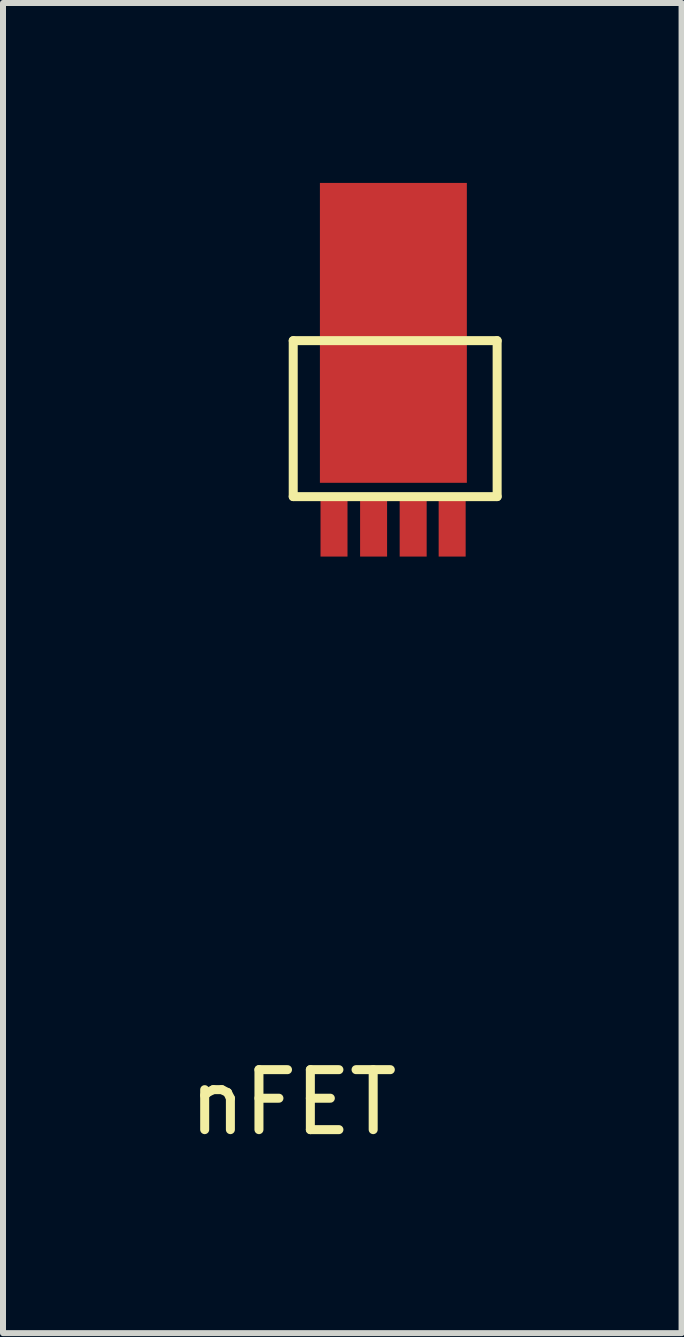
<source format=kicad_pcb>
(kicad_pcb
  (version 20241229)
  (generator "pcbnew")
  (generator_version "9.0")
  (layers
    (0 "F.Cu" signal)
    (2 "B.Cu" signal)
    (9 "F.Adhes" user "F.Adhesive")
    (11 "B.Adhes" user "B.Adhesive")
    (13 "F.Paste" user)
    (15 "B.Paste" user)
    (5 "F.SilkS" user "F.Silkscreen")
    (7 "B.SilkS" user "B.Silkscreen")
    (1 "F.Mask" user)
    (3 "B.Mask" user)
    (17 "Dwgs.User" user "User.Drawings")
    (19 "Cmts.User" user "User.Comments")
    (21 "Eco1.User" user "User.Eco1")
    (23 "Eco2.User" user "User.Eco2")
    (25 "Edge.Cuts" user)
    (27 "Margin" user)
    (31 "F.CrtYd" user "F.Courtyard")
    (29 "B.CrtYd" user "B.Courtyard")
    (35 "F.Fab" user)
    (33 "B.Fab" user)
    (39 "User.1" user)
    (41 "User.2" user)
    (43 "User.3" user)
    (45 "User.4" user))
  (footprint "nFET"
    (layer "F.Cu")
    (at 1.839 2.63)
    (property "Reference" "nFET" (at 0 12.7 0) (layer "F.SilkS") (effects (font (size 1 1) (thickness 0.15))))
    (attr through_hole)
    (fp_line (start 0 0) (end 3.4 0) (stroke (width 0.15) (type solid)) (layer "F.SilkS"))
    (fp_line (start 0 2.6) (end 0 0) (stroke (width 0.15) (type solid)) (layer "F.SilkS"))
    (fp_line (start 3.4 0) (end 3.4 2.6) (stroke (width 0.15) (type solid)) (layer "F.SilkS"))
    (fp_line (start 3.4 2.6) (end 0 2.6) (stroke (width 0.15) (type solid)) (layer "F.SilkS"))
    (pad "1" smd rect (at 0.68 3.1) (size 0.45 1) (layers "F.Cu" "F.Mask" "F.Paste"))
    (pad "2" smd rect (at 1.34 3.1) (size 0.45 1) (layers "F.Cu" "F.Mask" "F.Paste"))
    (pad "3" smd rect (at 2 3.1) (size 0.45 1) (layers "F.Cu" "F.Mask" "F.Paste"))
    (pad "4" smd rect (at 2.65 3.1) (size 0.45 1) (layers "F.Cu" "F.Mask" "F.Paste"))
    (pad "mb" smd rect (at 1.67 -0.13) (size 2.45 5) (layers "F.Cu" "F.Mask" "F.Paste")))
  (gr_rect
    (start -3 -3)
    (end 8.314 19.178)
    (stroke (width 0.1) (type default))
    (fill no)
    (layer "Edge.Cuts")))
</source>
